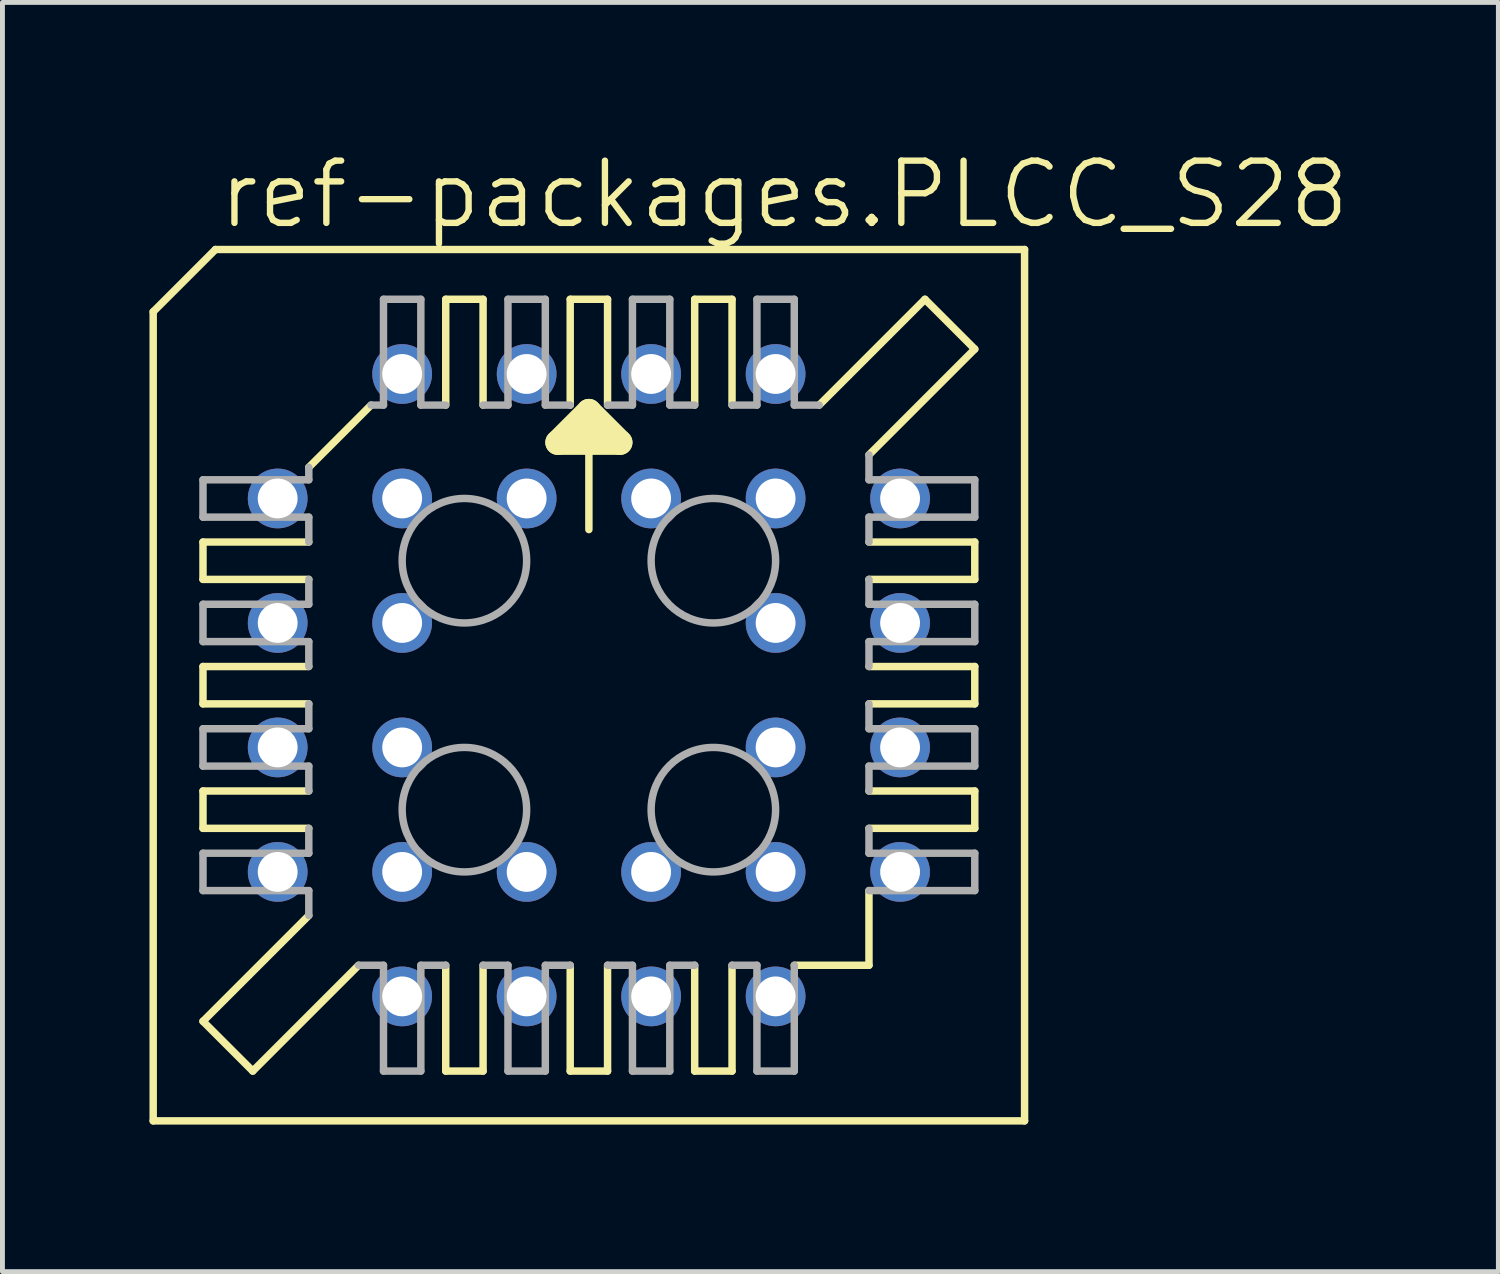
<source format=kicad_pcb>
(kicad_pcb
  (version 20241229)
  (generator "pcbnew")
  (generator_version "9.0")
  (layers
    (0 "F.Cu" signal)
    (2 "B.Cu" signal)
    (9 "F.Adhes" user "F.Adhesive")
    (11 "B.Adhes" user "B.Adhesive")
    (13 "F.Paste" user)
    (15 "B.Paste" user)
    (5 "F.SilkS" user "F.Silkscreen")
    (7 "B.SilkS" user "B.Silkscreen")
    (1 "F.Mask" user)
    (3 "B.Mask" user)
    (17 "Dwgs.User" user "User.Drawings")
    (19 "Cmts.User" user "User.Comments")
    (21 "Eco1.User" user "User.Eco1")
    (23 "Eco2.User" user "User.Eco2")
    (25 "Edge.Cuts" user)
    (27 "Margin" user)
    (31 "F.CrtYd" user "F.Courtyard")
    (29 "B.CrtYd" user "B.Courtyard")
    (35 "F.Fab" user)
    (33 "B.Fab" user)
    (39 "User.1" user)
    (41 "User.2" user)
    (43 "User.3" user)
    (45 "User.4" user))
  (footprint "ref-packages.PLCC_S28"
    (layer "F.Cu")
    (at 8.966 10.931)
    (property "Reference" "ref-packages.PLCC_S28" (at -7.62 -9.271 0) (layer "F.SilkS") (effects (font (size 1.27 1.27) (thickness 0.13)) (justify left bottom)))
    (attr through_hole)
    (fp_line (start -8.89 -7.62) (end -8.89 8.89) (stroke (width 0.152) (type default)) (layer "F.SilkS"))
    (fp_line (start -7.874 -2.159) (end -7.874 -2.921) (stroke (width 0.152) (type default)) (layer "F.SilkS"))
    (fp_line (start -7.874 -2.159) (end -5.715 -2.159) (stroke (width 0.152) (type default)) (layer "F.SilkS"))
    (fp_line (start -7.874 0.381) (end -7.874 -0.381) (stroke (width 0.152) (type default)) (layer "F.SilkS"))
    (fp_line (start -7.874 0.381) (end -5.715 0.381) (stroke (width 0.152) (type default)) (layer "F.SilkS"))
    (fp_line (start -7.874 2.921) (end -7.874 2.159) (stroke (width 0.152) (type default)) (layer "F.SilkS"))
    (fp_line (start -7.874 2.921) (end -5.715 2.921) (stroke (width 0.152) (type default)) (layer "F.SilkS"))
    (fp_line (start -7.874 6.858) (end -5.715 4.699) (stroke (width 0.152) (type default)) (layer "F.SilkS"))
    (fp_line (start -7.62 -8.89) (end -8.89 -7.62) (stroke (width 0.152) (type default)) (layer "F.SilkS"))
    (fp_line (start -6.858 7.874) (end -7.874 6.858) (stroke (width 0.152) (type default)) (layer "F.SilkS"))
    (fp_line (start -6.858 7.874) (end -4.699 5.715) (stroke (width 0.152) (type default)) (layer "F.SilkS"))
    (fp_line (start -5.715 -4.445) (end -4.445 -5.715) (stroke (width 0.152) (type default)) (layer "F.SilkS"))
    (fp_line (start -5.715 -2.921) (end -7.874 -2.921) (stroke (width 0.152) (type default)) (layer "F.SilkS"))
    (fp_line (start -5.715 -0.381) (end -7.874 -0.381) (stroke (width 0.152) (type default)) (layer "F.SilkS"))
    (fp_line (start -5.715 2.159) (end -7.874 2.159) (stroke (width 0.152) (type default)) (layer "F.SilkS"))
    (fp_line (start -2.921 -5.715) (end -2.921 -7.874) (stroke (width 0.152) (type default)) (layer "F.SilkS"))
    (fp_line (start -2.921 7.874) (end -2.921 5.715) (stroke (width 0.152) (type default)) (layer "F.SilkS"))
    (fp_line (start -2.921 7.874) (end -2.159 7.874) (stroke (width 0.152) (type default)) (layer "F.SilkS"))
    (fp_line (start -2.159 -7.874) (end -2.921 -7.874) (stroke (width 0.152) (type default)) (layer "F.SilkS"))
    (fp_line (start -2.159 -7.874) (end -2.159 -5.715) (stroke (width 0.152) (type default)) (layer "F.SilkS"))
    (fp_line (start -2.159 5.715) (end -2.159 7.874) (stroke (width 0.152) (type default)) (layer "F.SilkS"))
    (fp_line (start -0.635 -4.953) (end 0 -5.588) (stroke (width 0.508) (type default)) (layer "F.SilkS"))
    (fp_line (start -0.381 -5.715) (end -0.381 -7.874) (stroke (width 0.152) (type default)) (layer "F.SilkS"))
    (fp_line (start -0.381 7.874) (end -0.381 5.715) (stroke (width 0.152) (type default)) (layer "F.SilkS"))
    (fp_line (start -0.381 7.874) (end 0.381 7.874) (stroke (width 0.152) (type default)) (layer "F.SilkS"))
    (fp_line (start 0 -5.588) (end 0 -3.175) (stroke (width 0.152) (type default)) (layer "F.SilkS"))
    (fp_line (start 0 -5.588) (end 0.635 -4.953) (stroke (width 0.508) (type default)) (layer "F.SilkS"))
    (fp_line (start 0.381 -7.874) (end -0.381 -7.874) (stroke (width 0.152) (type default)) (layer "F.SilkS"))
    (fp_line (start 0.381 -7.874) (end 0.381 -5.715) (stroke (width 0.152) (type default)) (layer "F.SilkS"))
    (fp_line (start 0.381 5.715) (end 0.381 7.874) (stroke (width 0.152) (type default)) (layer "F.SilkS"))
    (fp_line (start 0.635 -4.953) (end -0.635 -4.953) (stroke (width 0.508) (type default)) (layer "F.SilkS"))
    (fp_line (start 2.159 -5.715) (end 2.159 -7.874) (stroke (width 0.152) (type default)) (layer "F.SilkS"))
    (fp_line (start 2.159 7.874) (end 2.159 5.715) (stroke (width 0.152) (type default)) (layer "F.SilkS"))
    (fp_line (start 2.159 7.874) (end 2.921 7.874) (stroke (width 0.152) (type default)) (layer "F.SilkS"))
    (fp_line (start 2.921 -7.874) (end 2.159 -7.874) (stroke (width 0.152) (type default)) (layer "F.SilkS"))
    (fp_line (start 2.921 -7.874) (end 2.921 -5.715) (stroke (width 0.152) (type default)) (layer "F.SilkS"))
    (fp_line (start 2.921 5.715) (end 2.921 7.874) (stroke (width 0.152) (type default)) (layer "F.SilkS"))
    (fp_line (start 4.191 5.715) (end 5.715 5.715) (stroke (width 0.152) (type default)) (layer "F.SilkS"))
    (fp_line (start 5.715 -2.159) (end 7.874 -2.159) (stroke (width 0.152) (type default)) (layer "F.SilkS"))
    (fp_line (start 5.715 0.381) (end 7.874 0.381) (stroke (width 0.152) (type default)) (layer "F.SilkS"))
    (fp_line (start 5.715 2.921) (end 7.874 2.921) (stroke (width 0.152) (type default)) (layer "F.SilkS"))
    (fp_line (start 5.715 4.191) (end 5.715 5.715) (stroke (width 0.152) (type default)) (layer "F.SilkS"))
    (fp_line (start 6.858 -7.874) (end 4.699 -5.715) (stroke (width 0.152) (type default)) (layer "F.SilkS"))
    (fp_line (start 7.874 -6.858) (end 5.715 -4.699) (stroke (width 0.152) (type default)) (layer "F.SilkS"))
    (fp_line (start 7.874 -6.858) (end 6.858 -7.874) (stroke (width 0.152) (type default)) (layer "F.SilkS"))
    (fp_line (start 7.874 -2.921) (end 5.715 -2.921) (stroke (width 0.152) (type default)) (layer "F.SilkS"))
    (fp_line (start 7.874 -2.921) (end 7.874 -2.159) (stroke (width 0.152) (type default)) (layer "F.SilkS"))
    (fp_line (start 7.874 -0.381) (end 5.715 -0.381) (stroke (width 0.152) (type default)) (layer "F.SilkS"))
    (fp_line (start 7.874 -0.381) (end 7.874 0.381) (stroke (width 0.152) (type default)) (layer "F.SilkS"))
    (fp_line (start 7.874 2.159) (end 5.715 2.159) (stroke (width 0.152) (type default)) (layer "F.SilkS"))
    (fp_line (start 7.874 2.159) (end 7.874 2.921) (stroke (width 0.152) (type default)) (layer "F.SilkS"))
    (fp_line (start 8.89 -8.89) (end -7.62 -8.89) (stroke (width 0.152) (type default)) (layer "F.SilkS"))
    (fp_line (start 8.89 8.89) (end -8.89 8.89) (stroke (width 0.152) (type default)) (layer "F.SilkS"))
    (fp_line (start 8.89 8.89) (end 8.89 -8.89) (stroke (width 0.152) (type default)) (layer "F.SilkS"))
    (fp_line (start -7.874 -3.429) (end -7.874 -4.191) (stroke (width 0.152) (type default)) (layer "F.Fab"))
    (fp_line (start -7.874 -3.429) (end -5.715 -3.429) (stroke (width 0.152) (type default)) (layer "F.Fab"))
    (fp_line (start -7.874 -0.889) (end -7.874 -1.651) (stroke (width 0.152) (type default)) (layer "F.Fab"))
    (fp_line (start -7.874 -0.889) (end -5.715 -0.889) (stroke (width 0.152) (type default)) (layer "F.Fab"))
    (fp_line (start -7.874 1.651) (end -7.874 0.889) (stroke (width 0.152) (type default)) (layer "F.Fab"))
    (fp_line (start -7.874 1.651) (end -5.715 1.651) (stroke (width 0.152) (type default)) (layer "F.Fab"))
    (fp_line (start -7.874 4.191) (end -7.874 3.429) (stroke (width 0.152) (type default)) (layer "F.Fab"))
    (fp_line (start -7.874 4.191) (end -5.715 4.191) (stroke (width 0.152) (type default)) (layer "F.Fab"))
    (fp_line (start -5.715 -4.191) (end -7.874 -4.191) (stroke (width 0.152) (type default)) (layer "F.Fab"))
    (fp_line (start -5.715 -4.191) (end -5.715 -4.445) (stroke (width 0.152) (type default)) (layer "F.Fab"))
    (fp_line (start -5.715 -2.921) (end -5.715 -3.429) (stroke (width 0.152) (type default)) (layer "F.Fab"))
    (fp_line (start -5.715 -1.651) (end -7.874 -1.651) (stroke (width 0.152) (type default)) (layer "F.Fab"))
    (fp_line (start -5.715 -1.651) (end -5.715 -2.159) (stroke (width 0.152) (type default)) (layer "F.Fab"))
    (fp_line (start -5.715 -0.381) (end -5.715 -0.889) (stroke (width 0.152) (type default)) (layer "F.Fab"))
    (fp_line (start -5.715 0.889) (end -7.874 0.889) (stroke (width 0.152) (type default)) (layer "F.Fab"))
    (fp_line (start -5.715 0.889) (end -5.715 0.381) (stroke (width 0.152) (type default)) (layer "F.Fab"))
    (fp_line (start -5.715 2.159) (end -5.715 1.651) (stroke (width 0.152) (type default)) (layer "F.Fab"))
    (fp_line (start -5.715 3.429) (end -7.874 3.429) (stroke (width 0.152) (type default)) (layer "F.Fab"))
    (fp_line (start -5.715 3.429) (end -5.715 2.921) (stroke (width 0.152) (type default)) (layer "F.Fab"))
    (fp_line (start -5.715 4.699) (end -5.715 4.191) (stroke (width 0.152) (type default)) (layer "F.Fab"))
    (fp_line (start -4.699 5.715) (end -4.191 5.715) (stroke (width 0.152) (type default)) (layer "F.Fab"))
    (fp_line (start -4.191 -5.715) (end -4.445 -5.715) (stroke (width 0.152) (type default)) (layer "F.Fab"))
    (fp_line (start -4.191 -5.715) (end -4.191 -7.874) (stroke (width 0.152) (type default)) (layer "F.Fab"))
    (fp_line (start -4.191 7.874) (end -4.191 5.715) (stroke (width 0.152) (type default)) (layer "F.Fab"))
    (fp_line (start -4.191 7.874) (end -3.429 7.874) (stroke (width 0.152) (type default)) (layer "F.Fab"))
    (fp_line (start -3.429 -7.874) (end -4.191 -7.874) (stroke (width 0.152) (type default)) (layer "F.Fab"))
    (fp_line (start -3.429 -7.874) (end -3.429 -5.715) (stroke (width 0.152) (type default)) (layer "F.Fab"))
    (fp_line (start -3.429 5.715) (end -3.429 7.874) (stroke (width 0.152) (type default)) (layer "F.Fab"))
    (fp_line (start -3.429 5.715) (end -2.921 5.715) (stroke (width 0.152) (type default)) (layer "F.Fab"))
    (fp_line (start -2.921 -5.715) (end -3.429 -5.715) (stroke (width 0.152) (type default)) (layer "F.Fab"))
    (fp_line (start -2.159 5.715) (end -1.651 5.715) (stroke (width 0.152) (type default)) (layer "F.Fab"))
    (fp_line (start -1.651 -5.715) (end -2.159 -5.715) (stroke (width 0.152) (type default)) (layer "F.Fab"))
    (fp_line (start -1.651 -5.715) (end -1.651 -7.874) (stroke (width 0.152) (type default)) (layer "F.Fab"))
    (fp_line (start -1.651 7.874) (end -1.651 5.715) (stroke (width 0.152) (type default)) (layer "F.Fab"))
    (fp_line (start -1.651 7.874) (end -0.889 7.874) (stroke (width 0.152) (type default)) (layer "F.Fab"))
    (fp_line (start -0.889 -7.874) (end -1.651 -7.874) (stroke (width 0.152) (type default)) (layer "F.Fab"))
    (fp_line (start -0.889 -7.874) (end -0.889 -5.715) (stroke (width 0.152) (type default)) (layer "F.Fab"))
    (fp_line (start -0.889 5.715) (end -0.889 7.874) (stroke (width 0.152) (type default)) (layer "F.Fab"))
    (fp_line (start -0.889 5.715) (end -0.381 5.715) (stroke (width 0.152) (type default)) (layer "F.Fab"))
    (fp_line (start -0.381 -5.715) (end -0.889 -5.715) (stroke (width 0.152) (type default)) (layer "F.Fab"))
    (fp_line (start 0.381 5.715) (end 0.889 5.715) (stroke (width 0.152) (type default)) (layer "F.Fab"))
    (fp_line (start 0.889 -5.715) (end 0.381 -5.715) (stroke (width 0.152) (type default)) (layer "F.Fab"))
    (fp_line (start 0.889 -5.715) (end 0.889 -7.874) (stroke (width 0.152) (type default)) (layer "F.Fab"))
    (fp_line (start 0.889 7.874) (end 0.889 5.715) (stroke (width 0.152) (type default)) (layer "F.Fab"))
    (fp_line (start 0.889 7.874) (end 1.651 7.874) (stroke (width 0.152) (type default)) (layer "F.Fab"))
    (fp_line (start 1.651 -7.874) (end 0.889 -7.874) (stroke (width 0.152) (type default)) (layer "F.Fab"))
    (fp_line (start 1.651 -7.874) (end 1.651 -5.715) (stroke (width 0.152) (type default)) (layer "F.Fab"))
    (fp_line (start 1.651 5.715) (end 1.651 7.874) (stroke (width 0.152) (type default)) (layer "F.Fab"))
    (fp_line (start 1.651 5.715) (end 2.159 5.715) (stroke (width 0.152) (type default)) (layer "F.Fab"))
    (fp_line (start 2.159 -5.715) (end 1.651 -5.715) (stroke (width 0.152) (type default)) (layer "F.Fab"))
    (fp_line (start 2.921 5.715) (end 3.429 5.715) (stroke (width 0.152) (type default)) (layer "F.Fab"))
    (fp_line (start 3.429 -5.715) (end 2.921 -5.715) (stroke (width 0.152) (type default)) (layer "F.Fab"))
    (fp_line (start 3.429 -5.715) (end 3.429 -7.874) (stroke (width 0.152) (type default)) (layer "F.Fab"))
    (fp_line (start 3.429 7.874) (end 3.429 5.715) (stroke (width 0.152) (type default)) (layer "F.Fab"))
    (fp_line (start 3.429 7.874) (end 4.191 7.874) (stroke (width 0.152) (type default)) (layer "F.Fab"))
    (fp_line (start 4.191 -7.874) (end 3.429 -7.874) (stroke (width 0.152) (type default)) (layer "F.Fab"))
    (fp_line (start 4.191 -7.874) (end 4.191 -5.715) (stroke (width 0.152) (type default)) (layer "F.Fab"))
    (fp_line (start 4.191 5.715) (end 4.191 7.874) (stroke (width 0.152) (type default)) (layer "F.Fab"))
    (fp_line (start 4.699 -5.715) (end 4.191 -5.715) (stroke (width 0.152) (type default)) (layer "F.Fab"))
    (fp_line (start 5.715 -4.699) (end 5.715 -4.191) (stroke (width 0.152) (type default)) (layer "F.Fab"))
    (fp_line (start 5.715 -3.429) (end 5.715 -2.921) (stroke (width 0.152) (type default)) (layer "F.Fab"))
    (fp_line (start 5.715 -3.429) (end 7.874 -3.429) (stroke (width 0.152) (type default)) (layer "F.Fab"))
    (fp_line (start 5.715 -2.159) (end 5.715 -1.651) (stroke (width 0.152) (type default)) (layer "F.Fab"))
    (fp_line (start 5.715 -0.889) (end 5.715 -0.381) (stroke (width 0.152) (type default)) (layer "F.Fab"))
    (fp_line (start 5.715 -0.889) (end 7.874 -0.889) (stroke (width 0.152) (type default)) (layer "F.Fab"))
    (fp_line (start 5.715 0.381) (end 5.715 0.889) (stroke (width 0.152) (type default)) (layer "F.Fab"))
    (fp_line (start 5.715 1.651) (end 5.715 2.159) (stroke (width 0.152) (type default)) (layer "F.Fab"))
    (fp_line (start 5.715 1.651) (end 7.874 1.651) (stroke (width 0.152) (type default)) (layer "F.Fab"))
    (fp_line (start 5.715 2.921) (end 5.715 3.429) (stroke (width 0.152) (type default)) (layer "F.Fab"))
    (fp_line (start 5.715 4.191) (end 7.874 4.191) (stroke (width 0.152) (type default)) (layer "F.Fab"))
    (fp_line (start 7.874 -4.191) (end 5.715 -4.191) (stroke (width 0.152) (type default)) (layer "F.Fab"))
    (fp_line (start 7.874 -4.191) (end 7.874 -3.429) (stroke (width 0.152) (type default)) (layer "F.Fab"))
    (fp_line (start 7.874 -1.651) (end 5.715 -1.651) (stroke (width 0.152) (type default)) (layer "F.Fab"))
    (fp_line (start 7.874 -1.651) (end 7.874 -0.889) (stroke (width 0.152) (type default)) (layer "F.Fab"))
    (fp_line (start 7.874 0.889) (end 5.715 0.889) (stroke (width 0.152) (type default)) (layer "F.Fab"))
    (fp_line (start 7.874 0.889) (end 7.874 1.651) (stroke (width 0.152) (type default)) (layer "F.Fab"))
    (fp_line (start 7.874 3.429) (end 5.715 3.429) (stroke (width 0.152) (type default)) (layer "F.Fab"))
    (fp_line (start 7.874 3.429) (end 7.874 4.191) (stroke (width 0.152) (type default)) (layer "F.Fab"))
    (fp_circle (center -2.54 -2.54) (end -1.27 -2.54) (stroke (width 0.152) (type default)) (fill no) (layer "F.Fab"))
    (fp_circle (center -2.54 2.54) (end -1.27 2.54) (stroke (width 0.152) (type default)) (fill no) (layer "F.Fab"))
    (fp_circle (center 2.54 -2.54) (end 3.81 -2.54) (stroke (width 0.152) (type default)) (fill no) (layer "F.Fab"))
    (fp_circle (center 2.54 2.54) (end 3.81 2.54) (stroke (width 0.152) (type default)) (fill no) (layer "F.Fab"))
    (pad "1" thru_hole circle (at 1.27 -3.81) (size 1.219 1.219) (drill 0.813) (layers "*.Cu" "*.Mask"))
    (pad "2" thru_hole circle (at -1.27 -6.35) (size 1.219 1.219) (drill 0.813) (layers "*.Cu" "*.Mask"))
    (pad "3" thru_hole circle (at -1.27 -3.81) (size 1.219 1.219) (drill 0.813) (layers "*.Cu" "*.Mask"))
    (pad "4" thru_hole circle (at -3.81 -6.35) (size 1.219 1.219) (drill 0.813) (layers "*.Cu" "*.Mask"))
    (pad "5" thru_hole circle (at -6.35 -3.81) (size 1.219 1.219) (drill 0.813) (layers "*.Cu" "*.Mask"))
    (pad "6" thru_hole circle (at -3.81 -3.81) (size 1.219 1.219) (drill 0.813) (layers "*.Cu" "*.Mask"))
    (pad "7" thru_hole circle (at -6.35 -1.27) (size 1.219 1.219) (drill 0.813) (layers "*.Cu" "*.Mask"))
    (pad "8" thru_hole circle (at -3.81 -1.27) (size 1.219 1.219) (drill 0.813) (layers "*.Cu" "*.Mask"))
    (pad "9" thru_hole circle (at -6.35 1.27) (size 1.219 1.219) (drill 0.813) (layers "*.Cu" "*.Mask"))
    (pad "10" thru_hole circle (at -3.81 1.27) (size 1.219 1.219) (drill 0.813) (layers "*.Cu" "*.Mask"))
    (pad "11" thru_hole circle (at -6.35 3.81) (size 1.219 1.219) (drill 0.813) (layers "*.Cu" "*.Mask"))
    (pad "12" thru_hole circle (at -3.81 6.35) (size 1.219 1.219) (drill 0.813) (layers "*.Cu" "*.Mask"))
    (pad "13" thru_hole circle (at -3.81 3.81) (size 1.219 1.219) (drill 0.813) (layers "*.Cu" "*.Mask"))
    (pad "14" thru_hole circle (at -1.27 6.35) (size 1.219 1.219) (drill 0.813) (layers "*.Cu" "*.Mask"))
    (pad "15" thru_hole circle (at -1.27 3.81) (size 1.219 1.219) (drill 0.813) (layers "*.Cu" "*.Mask"))
    (pad "16" thru_hole circle (at 1.27 6.35) (size 1.219 1.219) (drill 0.813) (layers "*.Cu" "*.Mask"))
    (pad "17" thru_hole circle (at 1.27 3.81) (size 1.219 1.219) (drill 0.813) (layers "*.Cu" "*.Mask"))
    (pad "18" thru_hole circle (at 3.81 6.35) (size 1.219 1.219) (drill 0.813) (layers "*.Cu" "*.Mask"))
    (pad "19" thru_hole circle (at 6.35 3.81) (size 1.219 1.219) (drill 0.813) (layers "*.Cu" "*.Mask"))
    (pad "20" thru_hole circle (at 3.81 3.81) (size 1.219 1.219) (drill 0.813) (layers "*.Cu" "*.Mask"))
    (pad "21" thru_hole circle (at 6.35 1.27) (size 1.219 1.219) (drill 0.813) (layers "*.Cu" "*.Mask"))
    (pad "22" thru_hole circle (at 3.81 1.27) (size 1.219 1.219) (drill 0.813) (layers "*.Cu" "*.Mask"))
    (pad "23" thru_hole circle (at 6.35 -1.27) (size 1.219 1.219) (drill 0.813) (layers "*.Cu" "*.Mask"))
    (pad "24" thru_hole circle (at 3.81 -1.27) (size 1.219 1.219) (drill 0.813) (layers "*.Cu" "*.Mask"))
    (pad "25" thru_hole circle (at 6.35 -3.81) (size 1.219 1.219) (drill 0.813) (layers "*.Cu" "*.Mask"))
    (pad "26" thru_hole circle (at 3.81 -6.35) (size 1.219 1.219) (drill 0.813) (layers "*.Cu" "*.Mask"))
    (pad "27" thru_hole circle (at 3.81 -3.81) (size 1.219 1.219) (drill 0.813) (layers "*.Cu" "*.Mask"))
    (pad "28" thru_hole circle (at 1.27 -6.35) (size 1.219 1.219) (drill 0.813) (layers "*.Cu" "*.Mask")))
  (gr_rect
    (start -3 -3)
    (end 27.524 22.897)
    (stroke (width 0.1) (type default))
    (fill no)
    (layer "Edge.Cuts")))
</source>
